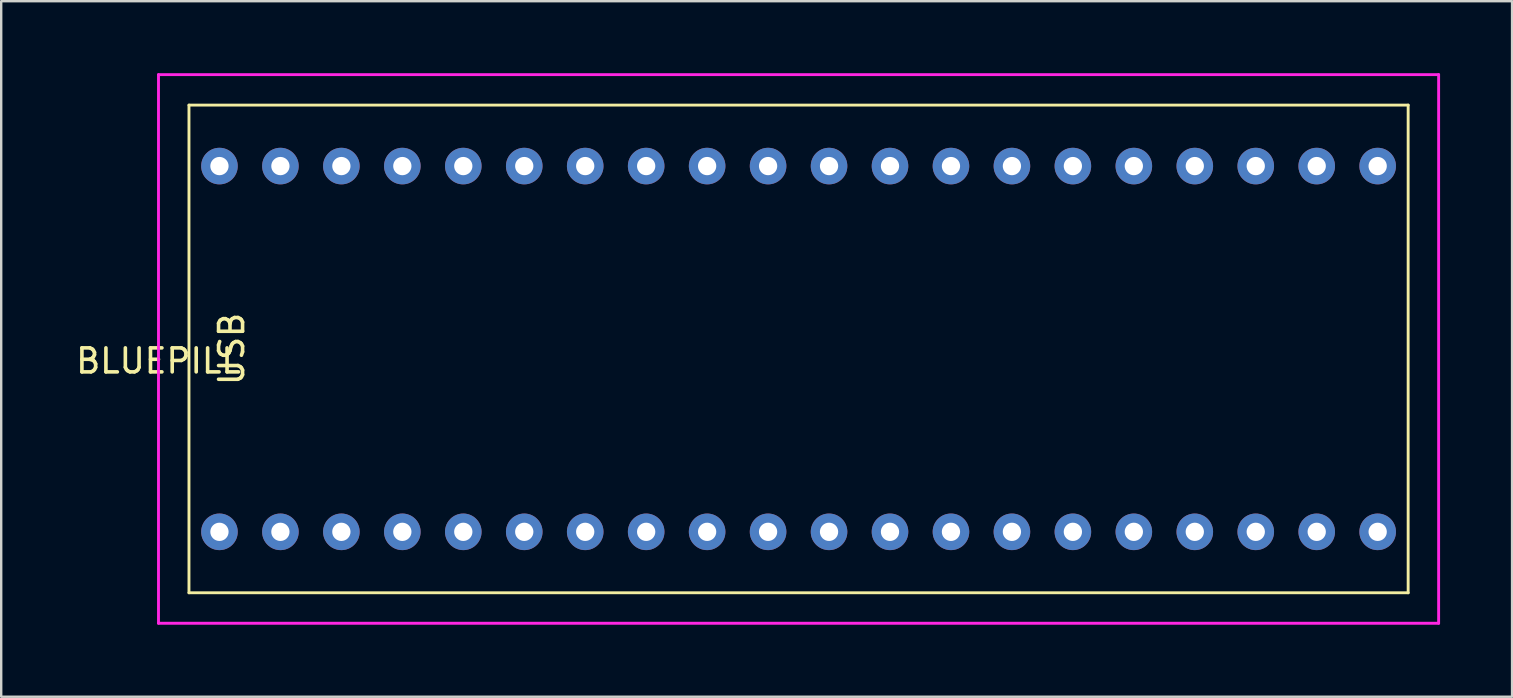
<source format=kicad_pcb>
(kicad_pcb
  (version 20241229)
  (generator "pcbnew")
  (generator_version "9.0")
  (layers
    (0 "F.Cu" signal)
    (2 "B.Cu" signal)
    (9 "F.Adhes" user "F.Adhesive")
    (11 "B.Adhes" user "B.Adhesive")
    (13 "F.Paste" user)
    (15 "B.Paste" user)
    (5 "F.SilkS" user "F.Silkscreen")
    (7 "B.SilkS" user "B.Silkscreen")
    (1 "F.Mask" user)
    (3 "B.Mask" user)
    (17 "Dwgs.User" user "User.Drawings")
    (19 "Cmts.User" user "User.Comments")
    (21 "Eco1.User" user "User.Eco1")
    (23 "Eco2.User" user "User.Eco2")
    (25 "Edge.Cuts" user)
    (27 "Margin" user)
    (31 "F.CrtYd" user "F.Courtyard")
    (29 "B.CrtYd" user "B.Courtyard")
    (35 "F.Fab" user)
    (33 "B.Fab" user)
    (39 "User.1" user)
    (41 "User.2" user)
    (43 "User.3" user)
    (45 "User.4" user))
  (footprint "BLUEPILL"
    (layer "F.Cu")
    (at 3.554 11.49)
    (property "Reference" "BLUEPILL" (at 0 0.5 0) (layer "F.SilkS") (effects (font (size 1 1) (thickness 0.15))))
    (attr through_hole)
    (fp_line (start 1.27 -10.16) (end 1.27 10.16) (stroke (width 0.12) (type solid)) (layer "F.SilkS"))
    (fp_line (start 1.27 10.16) (end 52.07 10.16) (stroke (width 0.12) (type solid)) (layer "F.SilkS"))
    (fp_line (start 52.07 -10.16) (end 1.27 -10.16) (stroke (width 0.12) (type solid)) (layer "F.SilkS"))
    (fp_line (start 52.07 10.16) (end 52.07 -10.16) (stroke (width 0.12) (type solid)) (layer "F.SilkS"))
    (fp_line (start 0 -11.43) (end 53.34 -11.43) (stroke (width 0.12) (type solid)) (layer "F.CrtYd"))
    (fp_line (start 0 11.43) (end 0 -11.43) (stroke (width 0.12) (type solid)) (layer "F.CrtYd"))
    (fp_line (start 0 11.43) (end 53.34 11.43) (stroke (width 0.12) (type solid)) (layer "F.CrtYd"))
    (fp_line (start 53.34 -11.43) (end 53.34 11.43) (stroke (width 0.12) (type solid)) (layer "F.CrtYd"))
    (fp_text user "USB" (at 3.048 0 90) (layer "F.SilkS") (effects (font (size 1 1) (thickness 0.15))))
    (pad "1" thru_hole circle (at 2.54 7.62) (size 1.524 1.524) (drill 0.762) (layers "*.Cu" "*.Mask"))
    (pad "2" thru_hole circle (at 5.08 7.62) (size 1.524 1.524) (drill 0.762) (layers "*.Cu" "*.Mask"))
    (pad "3" thru_hole circle (at 7.62 7.62) (size 1.524 1.524) (drill 0.762) (layers "*.Cu" "*.Mask"))
    (pad "4" thru_hole circle (at 10.16 7.62) (size 1.524 1.524) (drill 0.762) (layers "*.Cu" "*.Mask"))
    (pad "5" thru_hole circle (at 12.7 7.62) (size 1.524 1.524) (drill 0.762) (layers "*.Cu" "*.Mask"))
    (pad "6" thru_hole circle (at 15.24 7.62) (size 1.524 1.524) (drill 0.762) (layers "*.Cu" "*.Mask"))
    (pad "7" thru_hole circle (at 17.78 7.62) (size 1.524 1.524) (drill 0.762) (layers "*.Cu" "*.Mask"))
    (pad "8" thru_hole circle (at 20.32 7.62) (size 1.524 1.524) (drill 0.762) (layers "*.Cu" "*.Mask"))
    (pad "9" thru_hole circle (at 22.86 7.62) (size 1.524 1.524) (drill 0.762) (layers "*.Cu" "*.Mask"))
    (pad "10" thru_hole circle (at 25.4 7.62) (size 1.524 1.524) (drill 0.762) (layers "*.Cu" "*.Mask"))
    (pad "11" thru_hole circle (at 27.94 7.62) (size 1.524 1.524) (drill 0.762) (layers "*.Cu" "*.Mask"))
    (pad "12" thru_hole circle (at 30.48 7.62) (size 1.524 1.524) (drill 0.762) (layers "*.Cu" "*.Mask"))
    (pad "13" thru_hole circle (at 33.02 7.62) (size 1.524 1.524) (drill 0.762) (layers "*.Cu" "*.Mask"))
    (pad "14" thru_hole circle (at 35.56 7.62) (size 1.524 1.524) (drill 0.762) (layers "*.Cu" "*.Mask"))
    (pad "15" thru_hole circle (at 38.1 7.62) (size 1.524 1.524) (drill 0.762) (layers "*.Cu" "*.Mask"))
    (pad "16" thru_hole circle (at 40.64 7.62) (size 1.524 1.524) (drill 0.762) (layers "*.Cu" "*.Mask"))
    (pad "17" thru_hole circle (at 43.18 7.62) (size 1.524 1.524) (drill 0.762) (layers "*.Cu" "*.Mask"))
    (pad "18" thru_hole circle (at 45.72 7.62) (size 1.524 1.524) (drill 0.762) (layers "*.Cu" "*.Mask"))
    (pad "19" thru_hole circle (at 48.26 7.62) (size 1.524 1.524) (drill 0.762) (layers "*.Cu" "*.Mask"))
    (pad "20" thru_hole circle (at 50.8 7.62) (size 1.524 1.524) (drill 0.762) (layers "*.Cu" "*.Mask"))
    (pad "21" thru_hole circle (at 50.8 -7.62) (size 1.524 1.524) (drill 0.762) (layers "*.Cu" "*.Mask"))
    (pad "22" thru_hole circle (at 48.26 -7.62) (size 1.524 1.524) (drill 0.762) (layers "*.Cu" "*.Mask"))
    (pad "23" thru_hole circle (at 45.72 -7.62) (size 1.524 1.524) (drill 0.762) (layers "*.Cu" "*.Mask"))
    (pad "24" thru_hole circle (at 43.18 -7.62) (size 1.524 1.524) (drill 0.762) (layers "*.Cu" "*.Mask"))
    (pad "25" thru_hole circle (at 40.64 -7.62) (size 1.524 1.524) (drill 0.762) (layers "*.Cu" "*.Mask"))
    (pad "26" thru_hole circle (at 38.1 -7.62) (size 1.524 1.524) (drill 0.762) (layers "*.Cu" "*.Mask"))
    (pad "27" thru_hole circle (at 35.56 -7.62) (size 1.524 1.524) (drill 0.762) (layers "*.Cu" "*.Mask"))
    (pad "28" thru_hole circle (at 33.02 -7.62) (size 1.524 1.524) (drill 0.762) (layers "*.Cu" "*.Mask"))
    (pad "29" thru_hole circle (at 30.48 -7.62) (size 1.524 1.524) (drill 0.762) (layers "*.Cu" "*.Mask"))
    (pad "30" thru_hole circle (at 27.94 -7.62) (size 1.524 1.524) (drill 0.762) (layers "*.Cu" "*.Mask"))
    (pad "31" thru_hole circle (at 25.4 -7.62) (size 1.524 1.524) (drill 0.762) (layers "*.Cu" "*.Mask"))
    (pad "32" thru_hole circle (at 22.86 -7.62) (size 1.524 1.524) (drill 0.762) (layers "*.Cu" "*.Mask"))
    (pad "33" thru_hole circle (at 20.32 -7.62) (size 1.524 1.524) (drill 0.762) (layers "*.Cu" "*.Mask"))
    (pad "34" thru_hole circle (at 17.78 -7.62) (size 1.524 1.524) (drill 0.762) (layers "*.Cu" "*.Mask"))
    (pad "35" thru_hole circle (at 15.24 -7.62) (size 1.524 1.524) (drill 0.762) (layers "*.Cu" "*.Mask"))
    (pad "36" thru_hole circle (at 12.7 -7.62) (size 1.524 1.524) (drill 0.762) (layers "*.Cu" "*.Mask"))
    (pad "37" thru_hole circle (at 10.16 -7.62) (size 1.524 1.524) (drill 0.762) (layers "*.Cu" "*.Mask"))
    (pad "38" thru_hole circle (at 7.62 -7.62) (size 1.524 1.524) (drill 0.762) (layers "*.Cu" "*.Mask"))
    (pad "39" thru_hole circle (at 5.08 -7.62) (size 1.524 1.524) (drill 0.762) (layers "*.Cu" "*.Mask"))
    (pad "40" thru_hole circle (at 2.54 -7.62) (size 1.524 1.524) (drill 0.762) (layers "*.Cu" "*.Mask")))
  (gr_rect
    (start -3 -3)
    (end 59.954 25.98)
    (stroke (width 0.1) (type default))
    (fill no)
    (layer "Edge.Cuts")))
</source>
